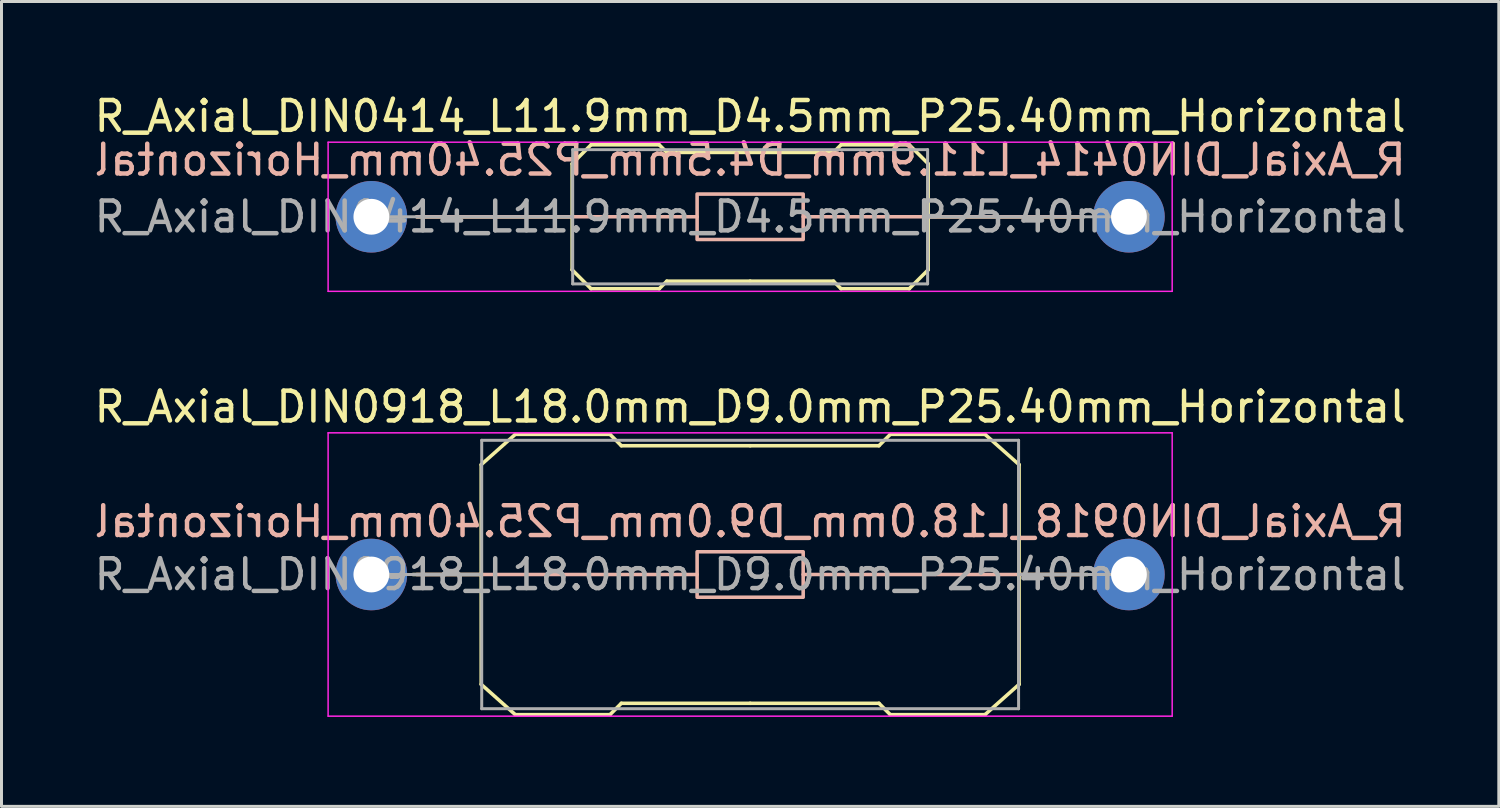
<source format=kicad_pcb>
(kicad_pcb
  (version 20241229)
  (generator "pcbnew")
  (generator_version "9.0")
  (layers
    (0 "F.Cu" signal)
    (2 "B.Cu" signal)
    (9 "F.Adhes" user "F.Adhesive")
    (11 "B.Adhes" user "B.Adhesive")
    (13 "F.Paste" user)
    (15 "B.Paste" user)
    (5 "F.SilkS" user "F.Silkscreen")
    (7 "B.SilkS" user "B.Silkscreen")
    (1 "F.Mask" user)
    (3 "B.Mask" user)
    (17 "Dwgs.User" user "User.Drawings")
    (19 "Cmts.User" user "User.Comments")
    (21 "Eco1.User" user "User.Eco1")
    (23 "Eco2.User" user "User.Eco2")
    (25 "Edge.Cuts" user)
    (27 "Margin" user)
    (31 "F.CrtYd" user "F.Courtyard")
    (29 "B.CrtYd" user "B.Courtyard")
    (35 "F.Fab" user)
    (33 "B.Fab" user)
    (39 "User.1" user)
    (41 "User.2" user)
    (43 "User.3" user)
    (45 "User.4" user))
  (footprint "R_Axial_DIN0918_L18.0mm_D9.0mm_P25.40mm_Horizontal"
    (layer "F.Cu")
    (at 9.401 16.212)
    (property "Reference" "R_Axial_DIN0918_L18.0mm_D9.0mm_P25.40mm_Horizontal" (at 12.7 -5.62 0) (layer "F.SilkS") (effects (font (size 1 1) (thickness 0.15))))
    (fp_line (start 3.683 -3.683) (end 3.683 3.683) (stroke (width 0.12) (type solid)) (layer "F.SilkS"))
    (fp_line (start 3.683 -3.683) (end 4.826 -4.699) (stroke (width 0.12) (type solid)) (layer "F.SilkS"))
    (fp_line (start 3.683 0) (end 1.397 0) (stroke (width 0.12) (type solid)) (layer "F.SilkS"))
    (fp_line (start 3.683 3.683) (end 4.826 4.699) (stroke (width 0.12) (type solid)) (layer "F.SilkS"))
    (fp_line (start 4.826 -4.699) (end 8.001 -4.699) (stroke (width 0.12) (type solid)) (layer "F.SilkS"))
    (fp_line (start 4.826 4.699) (end 8.001 4.699) (stroke (width 0.12) (type solid)) (layer "F.SilkS"))
    (fp_line (start 8.001 -4.699) (end 8.382 -4.318) (stroke (width 0.12) (type solid)) (layer "F.SilkS"))
    (fp_line (start 8.001 4.699) (end 8.382 4.318) (stroke (width 0.12) (type solid)) (layer "F.SilkS"))
    (fp_line (start 8.382 -4.318) (end 12.7 -4.318) (stroke (width 0.12) (type solid)) (layer "F.SilkS"))
    (fp_line (start 8.382 4.318) (end 12.7 4.318) (stroke (width 0.12) (type solid)) (layer "F.SilkS"))
    (fp_line (start 17.018 -4.318) (end 12.7 -4.318) (stroke (width 0.12) (type solid)) (layer "F.SilkS"))
    (fp_line (start 17.018 4.318) (end 12.7 4.318) (stroke (width 0.12) (type solid)) (layer "F.SilkS"))
    (fp_line (start 17.399 -4.699) (end 17.018 -4.318) (stroke (width 0.12) (type solid)) (layer "F.SilkS"))
    (fp_line (start 17.399 4.699) (end 17.018 4.318) (stroke (width 0.12) (type solid)) (layer "F.SilkS"))
    (fp_line (start 20.574 -4.699) (end 17.399 -4.699) (stroke (width 0.12) (type solid)) (layer "F.SilkS"))
    (fp_line (start 20.574 4.699) (end 17.399 4.699) (stroke (width 0.12) (type solid)) (layer "F.SilkS"))
    (fp_line (start 21.717 -3.683) (end 20.574 -4.699) (stroke (width 0.12) (type solid)) (layer "F.SilkS"))
    (fp_line (start 21.717 -3.683) (end 21.717 3.683) (stroke (width 0.12) (type solid)) (layer "F.SilkS"))
    (fp_line (start 21.717 0) (end 24.003 0) (stroke (width 0.12) (type solid)) (layer "F.SilkS"))
    (fp_line (start 21.717 3.683) (end 20.574 4.699) (stroke (width 0.12) (type solid)) (layer "F.SilkS"))
    (fp_line (start 10.922 0) (end 1.524 0) (stroke (width 0.12) (type solid)) (layer "B.SilkS"))
    (fp_line (start 14.478 0) (end 23.876 0) (stroke (width 0.12) (type solid)) (layer "B.SilkS"))
    (fp_rect (start 10.922 -0.762) (end 14.478 0.762) (stroke (width 0.12) (type solid)) (fill no) (layer "B.SilkS"))
    (fp_line (start -1.45 -4.75) (end -1.45 4.75) (stroke (width 0.05) (type solid)) (layer "F.CrtYd"))
    (fp_line (start -1.45 4.75) (end 26.85 4.75) (stroke (width 0.05) (type solid)) (layer "F.CrtYd"))
    (fp_line (start 26.85 -4.75) (end -1.45 -4.75) (stroke (width 0.05) (type solid)) (layer "F.CrtYd"))
    (fp_line (start 26.85 4.75) (end 26.85 -4.75) (stroke (width 0.05) (type solid)) (layer "F.CrtYd"))
    (fp_line (start 0 0) (end 3.7 0) (stroke (width 0.1) (type solid)) (layer "F.Fab"))
    (fp_line (start 3.7 -4.5) (end 3.7 4.5) (stroke (width 0.1) (type solid)) (layer "F.Fab"))
    (fp_line (start 3.7 4.5) (end 21.7 4.5) (stroke (width 0.1) (type solid)) (layer "F.Fab"))
    (fp_line (start 21.7 -4.5) (end 3.7 -4.5) (stroke (width 0.1) (type solid)) (layer "F.Fab"))
    (fp_line (start 21.7 4.5) (end 21.7 -4.5) (stroke (width 0.1) (type solid)) (layer "F.Fab"))
    (fp_line (start 25.4 0) (end 21.7 0) (stroke (width 0.1) (type solid)) (layer "F.Fab"))
    (fp_text user "${REFERENCE}" (at 12.7 -1.778 0) (layer "B.SilkS") (effects (font (size 1 1) (thickness 0.15)) (justify mirror)))
    (fp_text user "${REFERENCE}" (at 12.7 0 0) (layer "F.Fab") (effects (font (size 1 1) (thickness 0.15))))
    (pad "1" thru_hole circle (at 0 0) (size 2.4 2.4) (drill 1.2) (layers "*.Cu" "*.Mask"))
    (pad "2" thru_hole oval (at 25.4 0) (size 2.4 2.4) (drill 1.2) (layers "*.Cu" "*.Mask")))
  (footprint "R_Axial_DIN0414_L11.9mm_D4.5mm_P25.40mm_Horizontal"
    (layer "F.Cu")
    (at 9.401 4.218)
    (property "Reference" "R_Axial_DIN0414_L11.9mm_D4.5mm_P25.40mm_Horizontal" (at 12.7 -3.37 0) (layer "F.SilkS") (effects (font (size 1 1) (thickness 0.15))))
    (fp_line (start 6.731 -1.778) (end 7.366 -2.413) (stroke (width 0.12) (type solid)) (layer "F.SilkS"))
    (fp_line (start 6.731 0) (end 1.524 0) (stroke (width 0.12) (type solid)) (layer "F.SilkS"))
    (fp_line (start 6.731 1.778) (end 6.731 -1.778) (stroke (width 0.12) (type solid)) (layer "F.SilkS"))
    (fp_line (start 6.731 1.778) (end 7.366 2.413) (stroke (width 0.12) (type solid)) (layer "F.SilkS"))
    (fp_line (start 7.366 -2.413) (end 9.652 -2.413) (stroke (width 0.12) (type solid)) (layer "F.SilkS"))
    (fp_line (start 7.366 2.413) (end 9.652 2.413) (stroke (width 0.12) (type solid)) (layer "F.SilkS"))
    (fp_line (start 9.652 -2.413) (end 9.906 -2.159) (stroke (width 0.12) (type solid)) (layer "F.SilkS"))
    (fp_line (start 9.652 2.413) (end 9.906 2.159) (stroke (width 0.12) (type solid)) (layer "F.SilkS"))
    (fp_line (start 9.906 -2.159) (end 12.7 -2.159) (stroke (width 0.12) (type solid)) (layer "F.SilkS"))
    (fp_line (start 9.906 2.159) (end 12.7 2.159) (stroke (width 0.12) (type solid)) (layer "F.SilkS"))
    (fp_line (start 15.494 -2.159) (end 12.7 -2.159) (stroke (width 0.12) (type solid)) (layer "F.SilkS"))
    (fp_line (start 15.494 2.159) (end 12.7 2.159) (stroke (width 0.12) (type solid)) (layer "F.SilkS"))
    (fp_line (start 15.748 -2.413) (end 15.494 -2.159) (stroke (width 0.12) (type solid)) (layer "F.SilkS"))
    (fp_line (start 15.748 2.413) (end 15.494 2.159) (stroke (width 0.12) (type solid)) (layer "F.SilkS"))
    (fp_line (start 18.034 -2.413) (end 15.748 -2.413) (stroke (width 0.12) (type solid)) (layer "F.SilkS"))
    (fp_line (start 18.034 2.413) (end 15.748 2.413) (stroke (width 0.12) (type solid)) (layer "F.SilkS"))
    (fp_line (start 18.669 -1.778) (end 18.034 -2.413) (stroke (width 0.12) (type solid)) (layer "F.SilkS"))
    (fp_line (start 18.669 0) (end 23.876 0) (stroke (width 0.12) (type solid)) (layer "F.SilkS"))
    (fp_line (start 18.669 1.778) (end 18.034 2.413) (stroke (width 0.12) (type solid)) (layer "F.SilkS"))
    (fp_line (start 18.669 1.778) (end 18.669 -1.778) (stroke (width 0.12) (type solid)) (layer "F.SilkS"))
    (fp_line (start 10.922 0) (end 1.524 0) (stroke (width 0.12) (type solid)) (layer "B.SilkS"))
    (fp_line (start 14.478 0) (end 23.876 0) (stroke (width 0.12) (type solid)) (layer "B.SilkS"))
    (fp_rect (start 10.922 -0.762) (end 14.478 0.762) (stroke (width 0.12) (type solid)) (fill no) (layer "B.SilkS"))
    (fp_line (start -1.45 -2.5) (end -1.45 2.5) (stroke (width 0.05) (type solid)) (layer "F.CrtYd"))
    (fp_line (start -1.45 2.5) (end 26.85 2.5) (stroke (width 0.05) (type solid)) (layer "F.CrtYd"))
    (fp_line (start 26.85 -2.5) (end -1.45 -2.5) (stroke (width 0.05) (type solid)) (layer "F.CrtYd"))
    (fp_line (start 26.85 2.5) (end 26.85 -2.5) (stroke (width 0.05) (type solid)) (layer "F.CrtYd"))
    (fp_line (start 0 0) (end 6.75 0) (stroke (width 0.1) (type solid)) (layer "F.Fab"))
    (fp_line (start 6.75 -2.25) (end 6.75 2.25) (stroke (width 0.1) (type solid)) (layer "F.Fab"))
    (fp_line (start 6.75 2.25) (end 18.65 2.25) (stroke (width 0.1) (type solid)) (layer "F.Fab"))
    (fp_line (start 18.65 -2.25) (end 6.75 -2.25) (stroke (width 0.1) (type solid)) (layer "F.Fab"))
    (fp_line (start 18.65 2.25) (end 18.65 -2.25) (stroke (width 0.1) (type solid)) (layer "F.Fab"))
    (fp_line (start 25.4 0) (end 18.65 0) (stroke (width 0.1) (type solid)) (layer "F.Fab"))
    (fp_text user "${REFERENCE}" (at 12.7 -1.905 0) (layer "B.SilkS") (effects (font (size 1 1) (thickness 0.15)) (justify mirror)))
    (fp_text user "${REFERENCE}" (at 12.7 0 0) (layer "F.Fab") (effects (font (size 1 1) (thickness 0.15))))
    (pad "1" thru_hole circle (at 0 0) (size 2.4 2.4) (drill 1.2) (layers "*.Cu" "*.Mask"))
    (pad "2" thru_hole oval (at 25.4 0) (size 2.4 2.4) (drill 1.2) (layers "*.Cu" "*.Mask")))
  (gr_rect
    (start -3 -3)
    (end 47.202 23.986)
    (stroke (width 0.1) (type default))
    (fill no)
    (layer "Edge.Cuts")))
</source>
